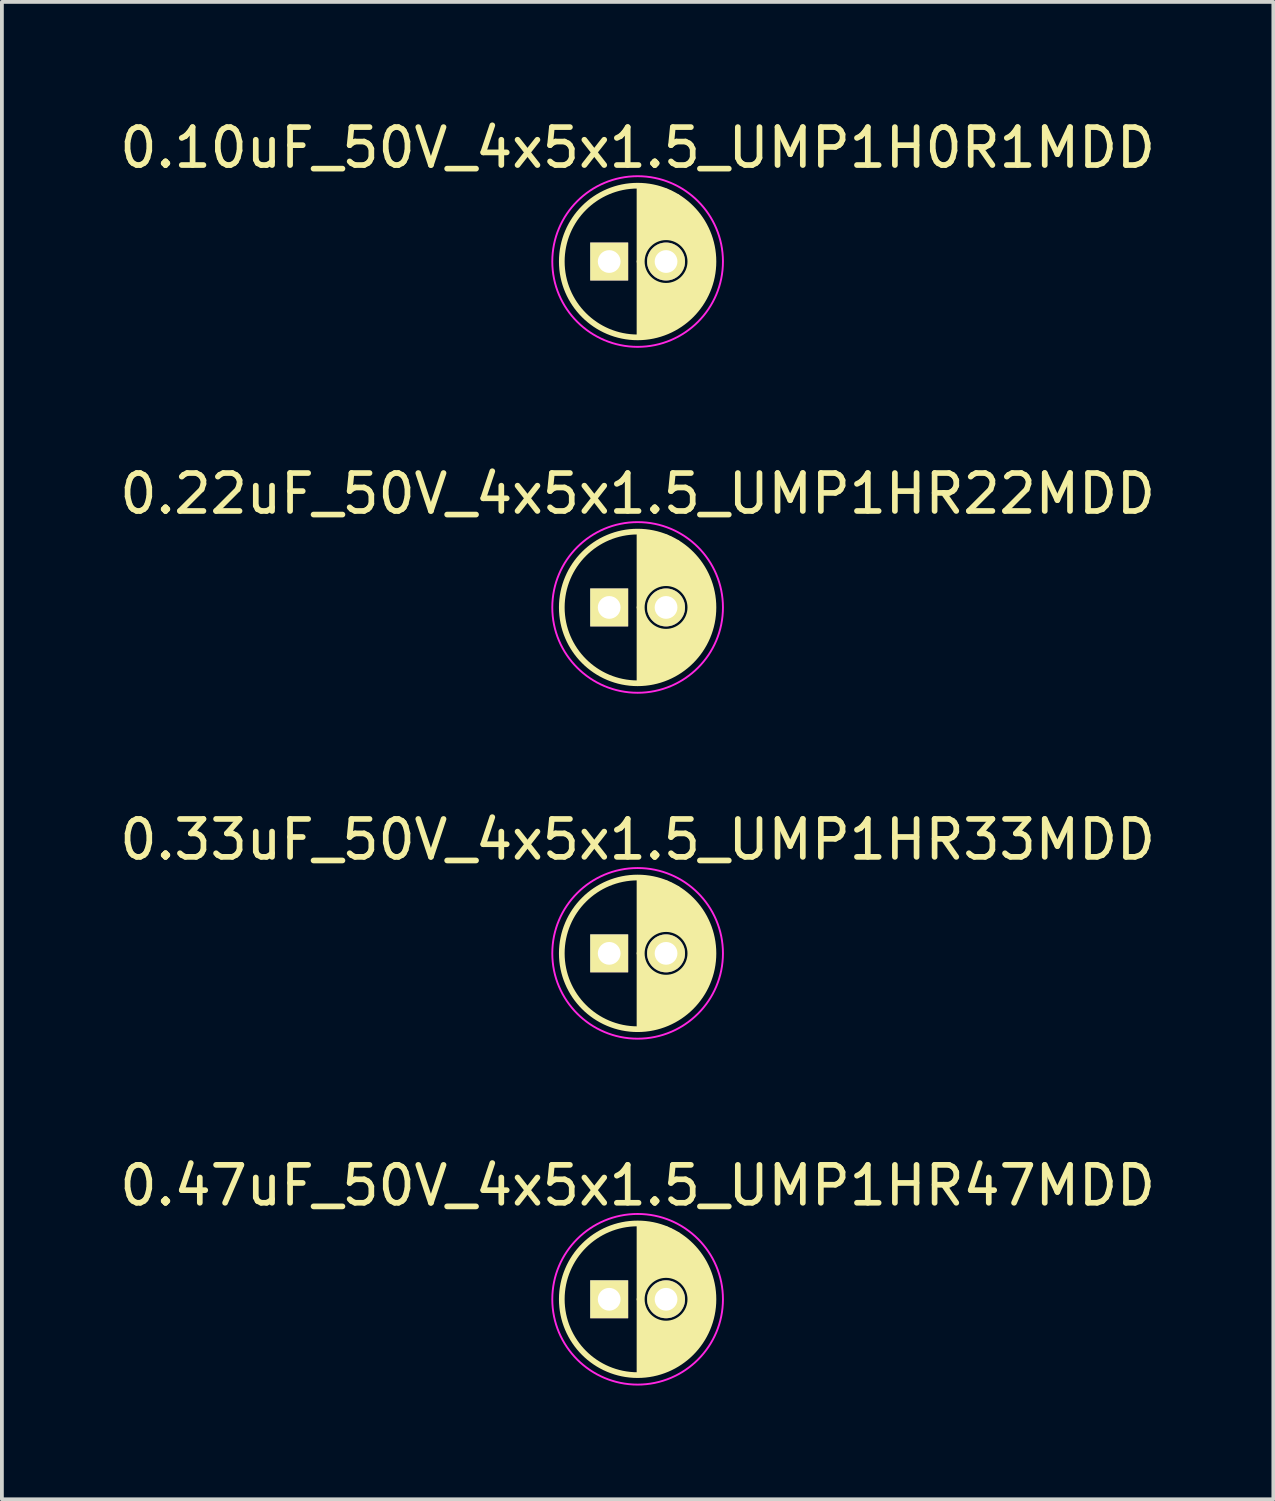
<source format=kicad_pcb>
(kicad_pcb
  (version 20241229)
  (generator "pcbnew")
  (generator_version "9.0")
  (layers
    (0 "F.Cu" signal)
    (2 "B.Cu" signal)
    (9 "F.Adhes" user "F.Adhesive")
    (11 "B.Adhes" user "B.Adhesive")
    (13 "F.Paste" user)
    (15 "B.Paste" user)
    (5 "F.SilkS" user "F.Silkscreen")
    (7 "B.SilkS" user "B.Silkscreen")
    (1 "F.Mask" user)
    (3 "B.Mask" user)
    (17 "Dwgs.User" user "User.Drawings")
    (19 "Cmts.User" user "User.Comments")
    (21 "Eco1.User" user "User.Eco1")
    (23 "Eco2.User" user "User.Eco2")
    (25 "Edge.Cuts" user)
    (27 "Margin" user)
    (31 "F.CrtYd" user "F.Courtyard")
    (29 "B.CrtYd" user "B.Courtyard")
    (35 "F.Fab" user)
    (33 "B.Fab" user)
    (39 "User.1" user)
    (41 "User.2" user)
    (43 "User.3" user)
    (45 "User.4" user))
  (footprint "0.22uF_50V_4x5x1.5_UMP1HR22MDD"
    (layer "F.Cu")
    (at 13.768 12.972)
    (property "Reference" "0.22uF_50V_4x5x1.5_UMP1HR22MDD" (at 0 -3 0) (layer "F.SilkS") (effects (font (size 1 1) (thickness 0.15))))
    (attr through_hole)
    (fp_line (start 0.05 0) (end 0.05 -1.95) (stroke (width 0.15) (type solid)) (layer "F.SilkS"))
    (fp_line (start 0.05 0) (end 0.05 1.95) (stroke (width 0.15) (type solid)) (layer "F.SilkS"))
    (fp_line (start 0.15 -1.95) (end 0.15 -0.35) (stroke (width 0.15) (type solid)) (layer "F.SilkS"))
    (fp_line (start 0.15 0.3) (end 0.15 1.95) (stroke (width 0.15) (type solid)) (layer "F.SilkS"))
    (fp_line (start 0.25 -0.5) (end 0.25 -1.9) (stroke (width 0.15) (type solid)) (layer "F.SilkS"))
    (fp_line (start 0.25 1.95) (end 0.25 0.45) (stroke (width 0.15) (type solid)) (layer "F.SilkS"))
    (fp_line (start 0.35 -1.95) (end 0.35 -0.55) (stroke (width 0.15) (type solid)) (layer "F.SilkS"))
    (fp_line (start 0.35 0.55) (end 0.35 1.95) (stroke (width 0.15) (type solid)) (layer "F.SilkS"))
    (fp_line (start 0.45 -0.6) (end 0.45 -1.9) (stroke (width 0.15) (type solid)) (layer "F.SilkS"))
    (fp_line (start 0.45 1.9) (end 0.45 0.6) (stroke (width 0.15) (type solid)) (layer "F.SilkS"))
    (fp_line (start 0.55 -1.9) (end 0.55 -0.7) (stroke (width 0.15) (type solid)) (layer "F.SilkS"))
    (fp_line (start 0.55 0.65) (end 0.55 1.85) (stroke (width 0.15) (type solid)) (layer "F.SilkS"))
    (fp_line (start 0.65 -0.65) (end 0.65 -1.85) (stroke (width 0.15) (type solid)) (layer "F.SilkS"))
    (fp_line (start 0.65 1.85) (end 0.65 0.65) (stroke (width 0.15) (type solid)) (layer "F.SilkS"))
    (fp_line (start 0.75 -1.85) (end 0.75 -0.7) (stroke (width 0.15) (type solid)) (layer "F.SilkS"))
    (fp_line (start 0.75 1.8) (end 0.75 0.7) (stroke (width 0.15) (type solid)) (layer "F.SilkS"))
    (fp_line (start 0.85 -1.8) (end 0.85 -0.7) (stroke (width 0.15) (type solid)) (layer "F.SilkS"))
    (fp_line (start 0.85 0.65) (end 0.85 1.75) (stroke (width 0.15) (type solid)) (layer "F.SilkS"))
    (fp_line (start 0.95 -0.65) (end 0.95 -1.7) (stroke (width 0.15) (type solid)) (layer "F.SilkS"))
    (fp_line (start 0.95 1.7) (end 0.95 0.7) (stroke (width 0.15) (type solid)) (layer "F.SilkS"))
    (fp_line (start 1.05 -1.7) (end 1.05 -0.6) (stroke (width 0.15) (type solid)) (layer "F.SilkS"))
    (fp_line (start 1.05 0.6) (end 1.05 1.65) (stroke (width 0.15) (type solid)) (layer "F.SilkS"))
    (fp_line (start 1.15 -0.55) (end 1.15 -1.6) (stroke (width 0.15) (type solid)) (layer "F.SilkS"))
    (fp_line (start 1.15 1.6) (end 1.15 0.55) (stroke (width 0.15) (type solid)) (layer "F.SilkS"))
    (fp_line (start 1.25 -1.5) (end 1.25 -0.5) (stroke (width 0.15) (type solid)) (layer "F.SilkS"))
    (fp_line (start 1.25 0.45) (end 1.25 1.5) (stroke (width 0.15) (type solid)) (layer "F.SilkS"))
    (fp_line (start 1.35 -0.3) (end 1.35 -1.4) (stroke (width 0.15) (type solid)) (layer "F.SilkS"))
    (fp_line (start 1.35 1.45) (end 1.35 0.3) (stroke (width 0.15) (type solid)) (layer "F.SilkS"))
    (fp_line (start 1.45 1.35) (end 1.45 -1.3) (stroke (width 0.15) (type solid)) (layer "F.SilkS"))
    (fp_line (start 1.55 -1.2) (end 1.55 1.2) (stroke (width 0.15) (type solid)) (layer "F.SilkS"))
    (fp_line (start 1.65 1.1) (end 1.65 -1.05) (stroke (width 0.15) (type solid)) (layer "F.SilkS"))
    (fp_line (start 1.75 -0.85) (end 1.75 0.85) (stroke (width 0.15) (type solid)) (layer "F.SilkS"))
    (fp_line (start 1.85 0.65) (end 1.85 -0.65) (stroke (width 0.15) (type solid)) (layer "F.SilkS"))
    (fp_line (start 1.95 -0.2) (end 1.95 0.25) (stroke (width 0.15) (type solid)) (layer "F.SilkS"))
    (fp_circle (center 0 0) (end 0 2) (stroke (width 0.15) (type solid)) (fill no) (layer "F.SilkS"))
    (fp_circle (center 0.75 0) (end 1.15 0.5) (stroke (width 0.15) (type solid)) (fill no) (layer "F.SilkS"))
    (fp_circle (center 0 0) (end 0.05 2.25) (stroke (width 0.05) (type solid)) (fill no) (layer "F.CrtYd"))
    (pad "1" thru_hole rect (at -0.75 0) (size 1 1) (drill 0.6) (layers "*.Cu" "*.Mask" "F.SilkS"))
    (pad "2" thru_hole circle (at 0.75 0) (size 1 1) (drill 0.6) (layers "*.Cu" "*.Mask" "F.SilkS")))
  (footprint "0.10uF_50V_4x5x1.5_UMP1H0R1MDD"
    (layer "F.Cu")
    (at 13.768 3.848)
    (property "Reference" "0.10uF_50V_4x5x1.5_UMP1H0R1MDD" (at 0 -3 0) (layer "F.SilkS") (effects (font (size 1 1) (thickness 0.15))))
    (attr through_hole)
    (fp_line (start 0.05 0) (end 0.05 -1.95) (stroke (width 0.15) (type solid)) (layer "F.SilkS"))
    (fp_line (start 0.05 0) (end 0.05 1.95) (stroke (width 0.15) (type solid)) (layer "F.SilkS"))
    (fp_line (start 0.15 -1.95) (end 0.15 -0.35) (stroke (width 0.15) (type solid)) (layer "F.SilkS"))
    (fp_line (start 0.15 0.3) (end 0.15 1.95) (stroke (width 0.15) (type solid)) (layer "F.SilkS"))
    (fp_line (start 0.25 -0.5) (end 0.25 -1.9) (stroke (width 0.15) (type solid)) (layer "F.SilkS"))
    (fp_line (start 0.25 1.95) (end 0.25 0.45) (stroke (width 0.15) (type solid)) (layer "F.SilkS"))
    (fp_line (start 0.35 -1.95) (end 0.35 -0.55) (stroke (width 0.15) (type solid)) (layer "F.SilkS"))
    (fp_line (start 0.35 0.55) (end 0.35 1.95) (stroke (width 0.15) (type solid)) (layer "F.SilkS"))
    (fp_line (start 0.45 -0.6) (end 0.45 -1.9) (stroke (width 0.15) (type solid)) (layer "F.SilkS"))
    (fp_line (start 0.45 1.9) (end 0.45 0.6) (stroke (width 0.15) (type solid)) (layer "F.SilkS"))
    (fp_line (start 0.55 -1.9) (end 0.55 -0.7) (stroke (width 0.15) (type solid)) (layer "F.SilkS"))
    (fp_line (start 0.55 0.65) (end 0.55 1.85) (stroke (width 0.15) (type solid)) (layer "F.SilkS"))
    (fp_line (start 0.65 -0.65) (end 0.65 -1.85) (stroke (width 0.15) (type solid)) (layer "F.SilkS"))
    (fp_line (start 0.65 1.85) (end 0.65 0.65) (stroke (width 0.15) (type solid)) (layer "F.SilkS"))
    (fp_line (start 0.75 -1.85) (end 0.75 -0.7) (stroke (width 0.15) (type solid)) (layer "F.SilkS"))
    (fp_line (start 0.75 1.8) (end 0.75 0.7) (stroke (width 0.15) (type solid)) (layer "F.SilkS"))
    (fp_line (start 0.85 -1.8) (end 0.85 -0.7) (stroke (width 0.15) (type solid)) (layer "F.SilkS"))
    (fp_line (start 0.85 0.65) (end 0.85 1.75) (stroke (width 0.15) (type solid)) (layer "F.SilkS"))
    (fp_line (start 0.95 -0.65) (end 0.95 -1.7) (stroke (width 0.15) (type solid)) (layer "F.SilkS"))
    (fp_line (start 0.95 1.7) (end 0.95 0.7) (stroke (width 0.15) (type solid)) (layer "F.SilkS"))
    (fp_line (start 1.05 -1.7) (end 1.05 -0.6) (stroke (width 0.15) (type solid)) (layer "F.SilkS"))
    (fp_line (start 1.05 0.6) (end 1.05 1.65) (stroke (width 0.15) (type solid)) (layer "F.SilkS"))
    (fp_line (start 1.15 -0.55) (end 1.15 -1.6) (stroke (width 0.15) (type solid)) (layer "F.SilkS"))
    (fp_line (start 1.15 1.6) (end 1.15 0.55) (stroke (width 0.15) (type solid)) (layer "F.SilkS"))
    (fp_line (start 1.25 -1.5) (end 1.25 -0.5) (stroke (width 0.15) (type solid)) (layer "F.SilkS"))
    (fp_line (start 1.25 0.45) (end 1.25 1.5) (stroke (width 0.15) (type solid)) (layer "F.SilkS"))
    (fp_line (start 1.35 -0.3) (end 1.35 -1.4) (stroke (width 0.15) (type solid)) (layer "F.SilkS"))
    (fp_line (start 1.35 1.45) (end 1.35 0.3) (stroke (width 0.15) (type solid)) (layer "F.SilkS"))
    (fp_line (start 1.45 1.35) (end 1.45 -1.3) (stroke (width 0.15) (type solid)) (layer "F.SilkS"))
    (fp_line (start 1.55 -1.2) (end 1.55 1.2) (stroke (width 0.15) (type solid)) (layer "F.SilkS"))
    (fp_line (start 1.65 1.1) (end 1.65 -1.05) (stroke (width 0.15) (type solid)) (layer "F.SilkS"))
    (fp_line (start 1.75 -0.85) (end 1.75 0.85) (stroke (width 0.15) (type solid)) (layer "F.SilkS"))
    (fp_line (start 1.85 0.65) (end 1.85 -0.65) (stroke (width 0.15) (type solid)) (layer "F.SilkS"))
    (fp_line (start 1.95 -0.2) (end 1.95 0.25) (stroke (width 0.15) (type solid)) (layer "F.SilkS"))
    (fp_circle (center 0 0) (end 0 2) (stroke (width 0.15) (type solid)) (fill no) (layer "F.SilkS"))
    (fp_circle (center 0.75 0) (end 1.15 0.5) (stroke (width 0.15) (type solid)) (fill no) (layer "F.SilkS"))
    (fp_circle (center 0 0) (end 0.05 2.25) (stroke (width 0.05) (type solid)) (fill no) (layer "F.CrtYd"))
    (pad "1" thru_hole rect (at -0.75 0) (size 1 1) (drill 0.6) (layers "*.Cu" "*.Mask" "F.SilkS"))
    (pad "2" thru_hole circle (at 0.75 0) (size 1 1) (drill 0.6) (layers "*.Cu" "*.Mask" "F.SilkS")))
  (footprint "0.47uF_50V_4x5x1.5_UMP1HR47MDD"
    (layer "F.Cu")
    (at 13.768 31.22)
    (property "Reference" "0.47uF_50V_4x5x1.5_UMP1HR47MDD" (at 0 -3 0) (layer "F.SilkS") (effects (font (size 1 1) (thickness 0.15))))
    (attr through_hole)
    (fp_line (start 0.05 0) (end 0.05 -1.95) (stroke (width 0.15) (type solid)) (layer "F.SilkS"))
    (fp_line (start 0.05 0) (end 0.05 1.95) (stroke (width 0.15) (type solid)) (layer "F.SilkS"))
    (fp_line (start 0.15 -1.95) (end 0.15 -0.35) (stroke (width 0.15) (type solid)) (layer "F.SilkS"))
    (fp_line (start 0.15 0.3) (end 0.15 1.95) (stroke (width 0.15) (type solid)) (layer "F.SilkS"))
    (fp_line (start 0.25 -0.5) (end 0.25 -1.9) (stroke (width 0.15) (type solid)) (layer "F.SilkS"))
    (fp_line (start 0.25 1.95) (end 0.25 0.45) (stroke (width 0.15) (type solid)) (layer "F.SilkS"))
    (fp_line (start 0.35 -1.95) (end 0.35 -0.55) (stroke (width 0.15) (type solid)) (layer "F.SilkS"))
    (fp_line (start 0.35 0.55) (end 0.35 1.95) (stroke (width 0.15) (type solid)) (layer "F.SilkS"))
    (fp_line (start 0.45 -0.6) (end 0.45 -1.9) (stroke (width 0.15) (type solid)) (layer "F.SilkS"))
    (fp_line (start 0.45 1.9) (end 0.45 0.6) (stroke (width 0.15) (type solid)) (layer "F.SilkS"))
    (fp_line (start 0.55 -1.9) (end 0.55 -0.7) (stroke (width 0.15) (type solid)) (layer "F.SilkS"))
    (fp_line (start 0.55 0.65) (end 0.55 1.85) (stroke (width 0.15) (type solid)) (layer "F.SilkS"))
    (fp_line (start 0.65 -0.65) (end 0.65 -1.85) (stroke (width 0.15) (type solid)) (layer "F.SilkS"))
    (fp_line (start 0.65 1.85) (end 0.65 0.65) (stroke (width 0.15) (type solid)) (layer "F.SilkS"))
    (fp_line (start 0.75 -1.85) (end 0.75 -0.7) (stroke (width 0.15) (type solid)) (layer "F.SilkS"))
    (fp_line (start 0.75 1.8) (end 0.75 0.7) (stroke (width 0.15) (type solid)) (layer "F.SilkS"))
    (fp_line (start 0.85 -1.8) (end 0.85 -0.7) (stroke (width 0.15) (type solid)) (layer "F.SilkS"))
    (fp_line (start 0.85 0.65) (end 0.85 1.75) (stroke (width 0.15) (type solid)) (layer "F.SilkS"))
    (fp_line (start 0.95 -0.65) (end 0.95 -1.7) (stroke (width 0.15) (type solid)) (layer "F.SilkS"))
    (fp_line (start 0.95 1.7) (end 0.95 0.7) (stroke (width 0.15) (type solid)) (layer "F.SilkS"))
    (fp_line (start 1.05 -1.7) (end 1.05 -0.6) (stroke (width 0.15) (type solid)) (layer "F.SilkS"))
    (fp_line (start 1.05 0.6) (end 1.05 1.65) (stroke (width 0.15) (type solid)) (layer "F.SilkS"))
    (fp_line (start 1.15 -0.55) (end 1.15 -1.6) (stroke (width 0.15) (type solid)) (layer "F.SilkS"))
    (fp_line (start 1.15 1.6) (end 1.15 0.55) (stroke (width 0.15) (type solid)) (layer "F.SilkS"))
    (fp_line (start 1.25 -1.5) (end 1.25 -0.5) (stroke (width 0.15) (type solid)) (layer "F.SilkS"))
    (fp_line (start 1.25 0.45) (end 1.25 1.5) (stroke (width 0.15) (type solid)) (layer "F.SilkS"))
    (fp_line (start 1.35 -0.3) (end 1.35 -1.4) (stroke (width 0.15) (type solid)) (layer "F.SilkS"))
    (fp_line (start 1.35 1.45) (end 1.35 0.3) (stroke (width 0.15) (type solid)) (layer "F.SilkS"))
    (fp_line (start 1.45 1.35) (end 1.45 -1.3) (stroke (width 0.15) (type solid)) (layer "F.SilkS"))
    (fp_line (start 1.55 -1.2) (end 1.55 1.2) (stroke (width 0.15) (type solid)) (layer "F.SilkS"))
    (fp_line (start 1.65 1.1) (end 1.65 -1.05) (stroke (width 0.15) (type solid)) (layer "F.SilkS"))
    (fp_line (start 1.75 -0.85) (end 1.75 0.85) (stroke (width 0.15) (type solid)) (layer "F.SilkS"))
    (fp_line (start 1.85 0.65) (end 1.85 -0.65) (stroke (width 0.15) (type solid)) (layer "F.SilkS"))
    (fp_line (start 1.95 -0.2) (end 1.95 0.25) (stroke (width 0.15) (type solid)) (layer "F.SilkS"))
    (fp_circle (center 0 0) (end 0 2) (stroke (width 0.15) (type solid)) (fill no) (layer "F.SilkS"))
    (fp_circle (center 0.75 0) (end 1.15 0.5) (stroke (width 0.15) (type solid)) (fill no) (layer "F.SilkS"))
    (fp_circle (center 0 0) (end 0.05 2.25) (stroke (width 0.05) (type solid)) (fill no) (layer "F.CrtYd"))
    (pad "1" thru_hole rect (at -0.75 0) (size 1 1) (drill 0.6) (layers "*.Cu" "*.Mask" "F.SilkS"))
    (pad "2" thru_hole circle (at 0.75 0) (size 1 1) (drill 0.6) (layers "*.Cu" "*.Mask" "F.SilkS")))
  (footprint "0.33uF_50V_4x5x1.5_UMP1HR33MDD"
    (layer "F.Cu")
    (at 13.768 22.096)
    (property "Reference" "0.33uF_50V_4x5x1.5_UMP1HR33MDD" (at 0 -3 0) (layer "F.SilkS") (effects (font (size 1 1) (thickness 0.15))))
    (attr through_hole)
    (fp_line (start 0.05 0) (end 0.05 -1.95) (stroke (width 0.15) (type solid)) (layer "F.SilkS"))
    (fp_line (start 0.05 0) (end 0.05 1.95) (stroke (width 0.15) (type solid)) (layer "F.SilkS"))
    (fp_line (start 0.15 -1.95) (end 0.15 -0.35) (stroke (width 0.15) (type solid)) (layer "F.SilkS"))
    (fp_line (start 0.15 0.3) (end 0.15 1.95) (stroke (width 0.15) (type solid)) (layer "F.SilkS"))
    (fp_line (start 0.25 -0.5) (end 0.25 -1.9) (stroke (width 0.15) (type solid)) (layer "F.SilkS"))
    (fp_line (start 0.25 1.95) (end 0.25 0.45) (stroke (width 0.15) (type solid)) (layer "F.SilkS"))
    (fp_line (start 0.35 -1.95) (end 0.35 -0.55) (stroke (width 0.15) (type solid)) (layer "F.SilkS"))
    (fp_line (start 0.35 0.55) (end 0.35 1.95) (stroke (width 0.15) (type solid)) (layer "F.SilkS"))
    (fp_line (start 0.45 -0.6) (end 0.45 -1.9) (stroke (width 0.15) (type solid)) (layer "F.SilkS"))
    (fp_line (start 0.45 1.9) (end 0.45 0.6) (stroke (width 0.15) (type solid)) (layer "F.SilkS"))
    (fp_line (start 0.55 -1.9) (end 0.55 -0.7) (stroke (width 0.15) (type solid)) (layer "F.SilkS"))
    (fp_line (start 0.55 0.65) (end 0.55 1.85) (stroke (width 0.15) (type solid)) (layer "F.SilkS"))
    (fp_line (start 0.65 -0.65) (end 0.65 -1.85) (stroke (width 0.15) (type solid)) (layer "F.SilkS"))
    (fp_line (start 0.65 1.85) (end 0.65 0.65) (stroke (width 0.15) (type solid)) (layer "F.SilkS"))
    (fp_line (start 0.75 -1.85) (end 0.75 -0.7) (stroke (width 0.15) (type solid)) (layer "F.SilkS"))
    (fp_line (start 0.75 1.8) (end 0.75 0.7) (stroke (width 0.15) (type solid)) (layer "F.SilkS"))
    (fp_line (start 0.85 -1.8) (end 0.85 -0.7) (stroke (width 0.15) (type solid)) (layer "F.SilkS"))
    (fp_line (start 0.85 0.65) (end 0.85 1.75) (stroke (width 0.15) (type solid)) (layer "F.SilkS"))
    (fp_line (start 0.95 -0.65) (end 0.95 -1.7) (stroke (width 0.15) (type solid)) (layer "F.SilkS"))
    (fp_line (start 0.95 1.7) (end 0.95 0.7) (stroke (width 0.15) (type solid)) (layer "F.SilkS"))
    (fp_line (start 1.05 -1.7) (end 1.05 -0.6) (stroke (width 0.15) (type solid)) (layer "F.SilkS"))
    (fp_line (start 1.05 0.6) (end 1.05 1.65) (stroke (width 0.15) (type solid)) (layer "F.SilkS"))
    (fp_line (start 1.15 -0.55) (end 1.15 -1.6) (stroke (width 0.15) (type solid)) (layer "F.SilkS"))
    (fp_line (start 1.15 1.6) (end 1.15 0.55) (stroke (width 0.15) (type solid)) (layer "F.SilkS"))
    (fp_line (start 1.25 -1.5) (end 1.25 -0.5) (stroke (width 0.15) (type solid)) (layer "F.SilkS"))
    (fp_line (start 1.25 0.45) (end 1.25 1.5) (stroke (width 0.15) (type solid)) (layer "F.SilkS"))
    (fp_line (start 1.35 -0.3) (end 1.35 -1.4) (stroke (width 0.15) (type solid)) (layer "F.SilkS"))
    (fp_line (start 1.35 1.45) (end 1.35 0.3) (stroke (width 0.15) (type solid)) (layer "F.SilkS"))
    (fp_line (start 1.45 1.35) (end 1.45 -1.3) (stroke (width 0.15) (type solid)) (layer "F.SilkS"))
    (fp_line (start 1.55 -1.2) (end 1.55 1.2) (stroke (width 0.15) (type solid)) (layer "F.SilkS"))
    (fp_line (start 1.65 1.1) (end 1.65 -1.05) (stroke (width 0.15) (type solid)) (layer "F.SilkS"))
    (fp_line (start 1.75 -0.85) (end 1.75 0.85) (stroke (width 0.15) (type solid)) (layer "F.SilkS"))
    (fp_line (start 1.85 0.65) (end 1.85 -0.65) (stroke (width 0.15) (type solid)) (layer "F.SilkS"))
    (fp_line (start 1.95 -0.2) (end 1.95 0.25) (stroke (width 0.15) (type solid)) (layer "F.SilkS"))
    (fp_circle (center 0 0) (end 0 2) (stroke (width 0.15) (type solid)) (fill no) (layer "F.SilkS"))
    (fp_circle (center 0.75 0) (end 1.15 0.5) (stroke (width 0.15) (type solid)) (fill no) (layer "F.SilkS"))
    (fp_circle (center 0 0) (end 0.05 2.25) (stroke (width 0.05) (type solid)) (fill no) (layer "F.CrtYd"))
    (pad "1" thru_hole rect (at -0.75 0) (size 1 1) (drill 0.6) (layers "*.Cu" "*.Mask" "F.SilkS"))
    (pad "2" thru_hole circle (at 0.75 0) (size 1 1) (drill 0.6) (layers "*.Cu" "*.Mask" "F.SilkS")))
  (gr_rect
    (start -3 -3)
    (end 30.536 36.495)
    (stroke (width 0.1) (type default))
    (fill no)
    (layer "Edge.Cuts")))
</source>
